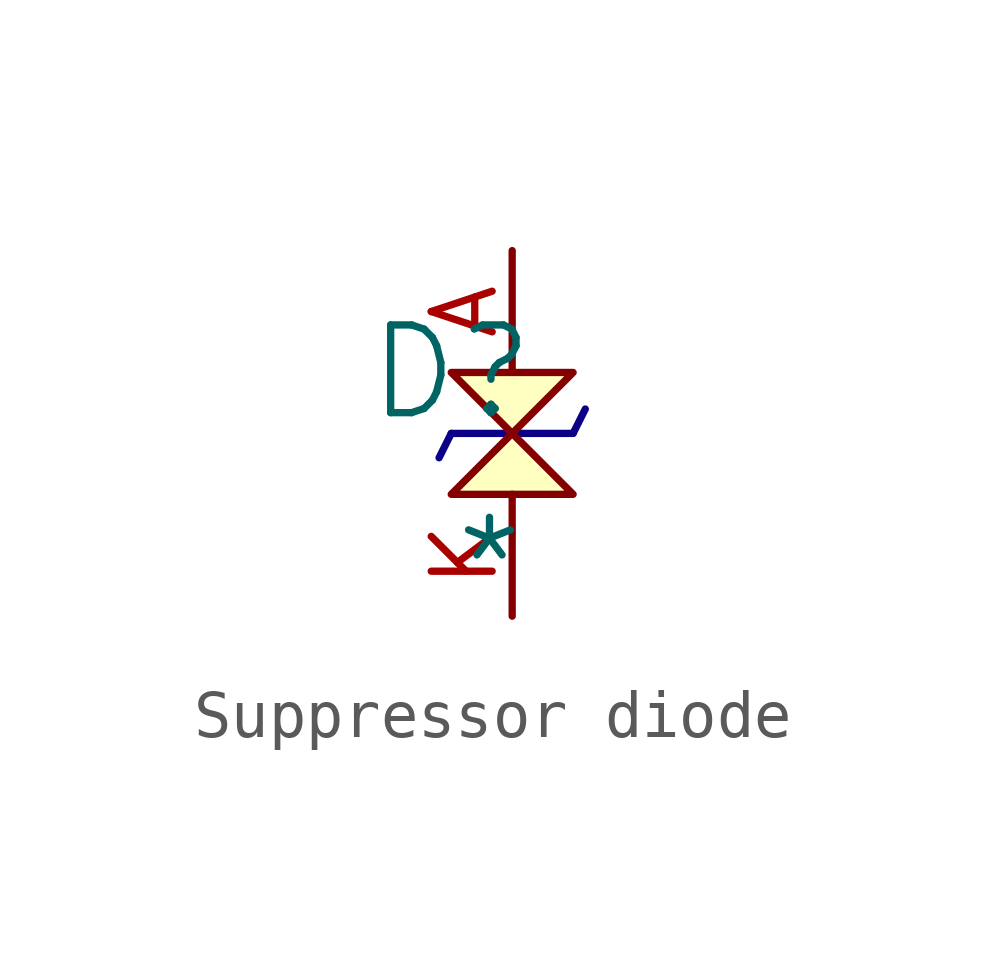
<source format=kicad_sym>
(kicad_symbol_lib
  (version 20241209)
  (generator "kicad_symbol_editor")
  (generator_version "9.0")
  (symbol "Suppressor diode"
    (pin_names
      (hide yes))
    (property "Reference" "D"
      (at -1.27 1.27 0)
      (effects (font (size 1.829 1.829))))
    (property "Value" "*"
      (at -1.27 -3.81 0)
      (effects (font (size 1.829 1.829)) (justify left bottom)))
    (symbol "Suppressor diode_1_0"
      (polyline (pts (xy -1.27 0) (xy -1.524 -0.508)) (stroke (width 0) (type solid) (color 12 0 135 1)) (fill (type none)))
      (polyline (pts (xy -1.27 0) (xy 1.27 0)) (stroke (width 0) (type solid) (color 12 0 135 1)) (fill (type none)))
      (polyline (pts (xy -1.27 -1.27) (xy 0 0) (xy 1.27 -1.27) (xy -1.27 -1.27)) (stroke (width 0) (type solid)) (fill (type background)))
      (polyline (pts (xy 1.27 1.27) (xy 0 0) (xy -1.27 1.27) (xy 1.27 1.27)) (stroke (width 0) (type solid)) (fill (type background)))
      (polyline (pts (xy 1.524 0.508) (xy 1.27 0)) (stroke (width 0) (type solid) (color 12 0 135 1)) (fill (type none)))
      (pin passive line (at 0 3.81 270) (length 2.54) (name "A" (effects (font (size 1.27 1.27)))) (number "A" (effects (font (size 1.27 1.27)))))
      (pin passive line (at 0 -3.81 90) (length 2.54) (name "K" (effects (font (size 1.27 1.27)))) (number "K" (effects (font (size 1.27 1.27))))))))
</source>
